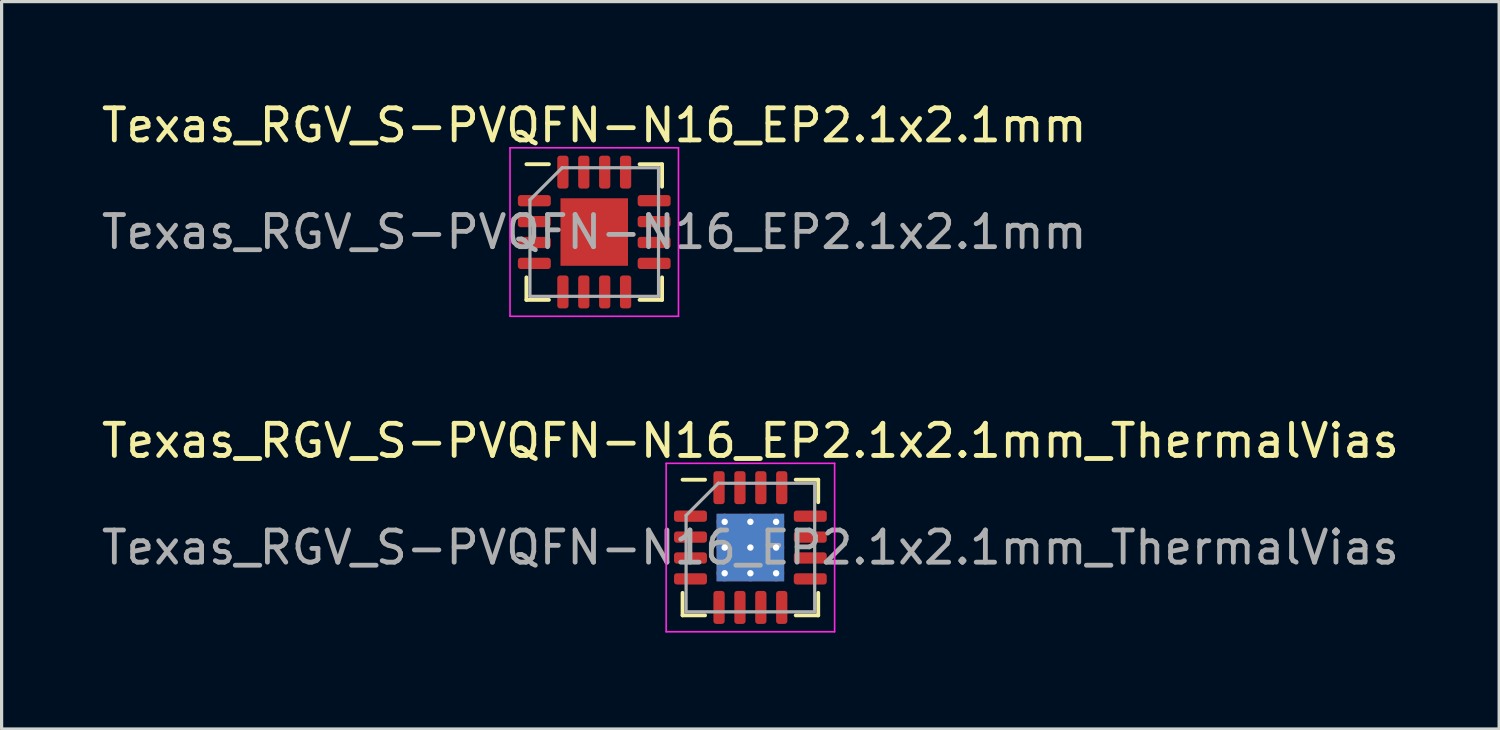
<source format=kicad_pcb>
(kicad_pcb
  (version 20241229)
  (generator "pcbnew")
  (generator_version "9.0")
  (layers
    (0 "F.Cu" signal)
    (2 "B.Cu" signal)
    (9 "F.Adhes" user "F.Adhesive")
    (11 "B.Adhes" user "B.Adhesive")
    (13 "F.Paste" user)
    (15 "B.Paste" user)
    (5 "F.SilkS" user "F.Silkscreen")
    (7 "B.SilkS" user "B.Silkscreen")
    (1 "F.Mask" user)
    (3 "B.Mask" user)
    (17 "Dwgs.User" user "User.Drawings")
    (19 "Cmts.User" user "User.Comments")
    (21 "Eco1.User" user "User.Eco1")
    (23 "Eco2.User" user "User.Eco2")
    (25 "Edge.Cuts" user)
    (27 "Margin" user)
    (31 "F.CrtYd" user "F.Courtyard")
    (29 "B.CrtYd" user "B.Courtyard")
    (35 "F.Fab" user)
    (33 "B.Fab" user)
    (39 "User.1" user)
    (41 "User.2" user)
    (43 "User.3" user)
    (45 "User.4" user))
  (footprint "Texas_RGV_S-PVQFN-N16_EP2.1x2.1mm_ThermalVias"
    (layer "F.Cu")
    (at 20.292 13.982)
    (property "Reference" "Texas_RGV_S-PVQFN-N16_EP2.1x2.1mm_ThermalVias" (at 0 -3.32 0) (layer "F.SilkS") (effects (font (size 1 1) (thickness 0.15))))
    (attr smd)
    (fp_line (start -2.11 2.11) (end -2.11 1.41) (stroke (width 0.12) (type solid)) (layer "F.SilkS"))
    (fp_line (start -1.41 -2.11) (end -2.11 -2.11) (stroke (width 0.12) (type solid)) (layer "F.SilkS"))
    (fp_line (start -1.41 2.11) (end -2.11 2.11) (stroke (width 0.12) (type solid)) (layer "F.SilkS"))
    (fp_line (start 1.41 -2.11) (end 2.11 -2.11) (stroke (width 0.12) (type solid)) (layer "F.SilkS"))
    (fp_line (start 1.41 2.11) (end 2.11 2.11) (stroke (width 0.12) (type solid)) (layer "F.SilkS"))
    (fp_line (start 2.11 -2.11) (end 2.11 -1.41) (stroke (width 0.12) (type solid)) (layer "F.SilkS"))
    (fp_line (start 2.11 2.11) (end 2.11 1.41) (stroke (width 0.12) (type solid)) (layer "F.SilkS"))
    (fp_line (start -2.62 -2.62) (end -2.62 2.62) (stroke (width 0.05) (type solid)) (layer "F.CrtYd"))
    (fp_line (start -2.62 2.62) (end 2.62 2.62) (stroke (width 0.05) (type solid)) (layer "F.CrtYd"))
    (fp_line (start 2.62 -2.62) (end -2.62 -2.62) (stroke (width 0.05) (type solid)) (layer "F.CrtYd"))
    (fp_line (start 2.62 2.62) (end 2.62 -2.62) (stroke (width 0.05) (type solid)) (layer "F.CrtYd"))
    (fp_line (start -2 -1) (end -1 -2) (stroke (width 0.1) (type solid)) (layer "F.Fab"))
    (fp_line (start -2 2) (end -2 -1) (stroke (width 0.1) (type solid)) (layer "F.Fab"))
    (fp_line (start -1 -2) (end 2 -2) (stroke (width 0.1) (type solid)) (layer "F.Fab"))
    (fp_line (start 2 -2) (end 2 2) (stroke (width 0.1) (type solid)) (layer "F.Fab"))
    (fp_line (start 2 2) (end -2 2) (stroke (width 0.1) (type solid)) (layer "F.Fab"))
    (fp_text user "${REFERENCE}" (at 0 0 0) (layer "F.Fab") (effects (font (size 1 1) (thickness 0.15))))
    (pad "" smd roundrect (at -0.525 -0.525) (size 0.91 0.91) (layers "F.Paste") (roundrect_rratio 0.25))
    (pad "" smd roundrect (at -0.525 0.525) (size 0.91 0.91) (layers "F.Paste") (roundrect_rratio 0.25))
    (pad "" smd roundrect (at 0.525 -0.525) (size 0.91 0.91) (layers "F.Paste") (roundrect_rratio 0.25))
    (pad "" smd roundrect (at 0.525 0.525) (size 0.91 0.91) (layers "F.Paste") (roundrect_rratio 0.25))
    (pad "1" smd roundrect (at -1.863 -0.975) (size 1.025 0.35) (layers "F.Cu" "F.Mask" "F.Paste") (roundrect_rratio 0.25))
    (pad "2" smd roundrect (at -1.863 -0.325) (size 1.025 0.35) (layers "F.Cu" "F.Mask" "F.Paste") (roundrect_rratio 0.25))
    (pad "3" smd roundrect (at -1.863 0.325) (size 1.025 0.35) (layers "F.Cu" "F.Mask" "F.Paste") (roundrect_rratio 0.25))
    (pad "4" smd roundrect (at -1.863 0.975) (size 1.025 0.35) (layers "F.Cu" "F.Mask" "F.Paste") (roundrect_rratio 0.25))
    (pad "5" smd roundrect (at -0.975 1.863) (size 0.35 1.025) (layers "F.Cu" "F.Mask" "F.Paste") (roundrect_rratio 0.25))
    (pad "6" smd roundrect (at -0.325 1.863) (size 0.35 1.025) (layers "F.Cu" "F.Mask" "F.Paste") (roundrect_rratio 0.25))
    (pad "7" smd roundrect (at 0.325 1.863) (size 0.35 1.025) (layers "F.Cu" "F.Mask" "F.Paste") (roundrect_rratio 0.25))
    (pad "8" smd roundrect (at 0.975 1.863) (size 0.35 1.025) (layers "F.Cu" "F.Mask" "F.Paste") (roundrect_rratio 0.25))
    (pad "9" smd roundrect (at 1.863 0.975) (size 1.025 0.35) (layers "F.Cu" "F.Mask" "F.Paste") (roundrect_rratio 0.25))
    (pad "10" smd roundrect (at 1.863 0.325) (size 1.025 0.35) (layers "F.Cu" "F.Mask" "F.Paste") (roundrect_rratio 0.25))
    (pad "11" smd roundrect (at 1.863 -0.325) (size 1.025 0.35) (layers "F.Cu" "F.Mask" "F.Paste") (roundrect_rratio 0.25))
    (pad "12" smd roundrect (at 1.863 -0.975) (size 1.025 0.35) (layers "F.Cu" "F.Mask" "F.Paste") (roundrect_rratio 0.25))
    (pad "13" smd roundrect (at 0.975 -1.863) (size 0.35 1.025) (layers "F.Cu" "F.Mask" "F.Paste") (roundrect_rratio 0.25))
    (pad "14" smd roundrect (at 0.325 -1.863) (size 0.35 1.025) (layers "F.Cu" "F.Mask" "F.Paste") (roundrect_rratio 0.25))
    (pad "15" smd roundrect (at -0.325 -1.863) (size 0.35 1.025) (layers "F.Cu" "F.Mask" "F.Paste") (roundrect_rratio 0.25))
    (pad "16" smd roundrect (at -0.975 -1.863) (size 0.35 1.025) (layers "F.Cu" "F.Mask" "F.Paste") (roundrect_rratio 0.25))
    (pad "17" thru_hole circle (at -0.8 -0.8) (size 0.5 0.5) (drill 0.2) (layers "*.Cu"))
    (pad "17" thru_hole circle (at -0.8 0) (size 0.5 0.5) (drill 0.2) (layers "*.Cu"))
    (pad "17" thru_hole circle (at -0.8 0.8) (size 0.5 0.5) (drill 0.2) (layers "*.Cu"))
    (pad "17" thru_hole circle (at 0 -0.8) (size 0.5 0.5) (drill 0.2) (layers "*.Cu"))
    (pad "17" thru_hole circle (at 0 0) (size 0.5 0.5) (drill 0.2) (layers "*.Cu"))
    (pad "17" smd rect (at 0 0) (size 2.1 2.1) (layers "F.Cu" "F.Mask"))
    (pad "17" smd rect (at 0 0) (size 2.1 2.1) (layers "B.Cu"))
    (pad "17" thru_hole circle (at 0 0.8) (size 0.5 0.5) (drill 0.2) (layers "*.Cu"))
    (pad "17" thru_hole circle (at 0.8 -0.8) (size 0.5 0.5) (drill 0.2) (layers "*.Cu"))
    (pad "17" thru_hole circle (at 0.8 0) (size 0.5 0.5) (drill 0.2) (layers "*.Cu"))
    (pad "17" thru_hole circle (at 0.8 0.8) (size 0.5 0.5) (drill 0.2) (layers "*.Cu")))
  (footprint "Texas_RGV_S-PVQFN-N16_EP2.1x2.1mm"
    (layer "F.Cu")
    (at 15.435 4.168)
    (property "Reference" "Texas_RGV_S-PVQFN-N16_EP2.1x2.1mm" (at 0 -3.32 0) (layer "F.SilkS") (effects (font (size 1 1) (thickness 0.15))))
    (attr smd)
    (fp_line (start -2.11 2.11) (end -2.11 1.41) (stroke (width 0.12) (type solid)) (layer "F.SilkS"))
    (fp_line (start -1.41 -2.11) (end -2.11 -2.11) (stroke (width 0.12) (type solid)) (layer "F.SilkS"))
    (fp_line (start -1.41 2.11) (end -2.11 2.11) (stroke (width 0.12) (type solid)) (layer "F.SilkS"))
    (fp_line (start 1.41 -2.11) (end 2.11 -2.11) (stroke (width 0.12) (type solid)) (layer "F.SilkS"))
    (fp_line (start 1.41 2.11) (end 2.11 2.11) (stroke (width 0.12) (type solid)) (layer "F.SilkS"))
    (fp_line (start 2.11 -2.11) (end 2.11 -1.41) (stroke (width 0.12) (type solid)) (layer "F.SilkS"))
    (fp_line (start 2.11 2.11) (end 2.11 1.41) (stroke (width 0.12) (type solid)) (layer "F.SilkS"))
    (fp_line (start -2.62 -2.62) (end -2.62 2.62) (stroke (width 0.05) (type solid)) (layer "F.CrtYd"))
    (fp_line (start -2.62 2.62) (end 2.62 2.62) (stroke (width 0.05) (type solid)) (layer "F.CrtYd"))
    (fp_line (start 2.62 -2.62) (end -2.62 -2.62) (stroke (width 0.05) (type solid)) (layer "F.CrtYd"))
    (fp_line (start 2.62 2.62) (end 2.62 -2.62) (stroke (width 0.05) (type solid)) (layer "F.CrtYd"))
    (fp_line (start -2 -1) (end -1 -2) (stroke (width 0.1) (type solid)) (layer "F.Fab"))
    (fp_line (start -2 2) (end -2 -1) (stroke (width 0.1) (type solid)) (layer "F.Fab"))
    (fp_line (start -1 -2) (end 2 -2) (stroke (width 0.1) (type solid)) (layer "F.Fab"))
    (fp_line (start 2 -2) (end 2 2) (stroke (width 0.1) (type solid)) (layer "F.Fab"))
    (fp_line (start 2 2) (end -2 2) (stroke (width 0.1) (type solid)) (layer "F.Fab"))
    (fp_text user "${REFERENCE}" (at 0 0 0) (layer "F.Fab") (effects (font (size 1 1) (thickness 0.15))))
    (pad "" smd roundrect (at -0.525 -0.525) (size 0.85 0.85) (layers "F.Paste") (roundrect_rratio 0.25))
    (pad "" smd roundrect (at -0.525 0.525) (size 0.85 0.85) (layers "F.Paste") (roundrect_rratio 0.25))
    (pad "" smd roundrect (at 0.525 -0.525) (size 0.85 0.85) (layers "F.Paste") (roundrect_rratio 0.25))
    (pad "" smd roundrect (at 0.525 0.525) (size 0.85 0.85) (layers "F.Paste") (roundrect_rratio 0.25))
    (pad "1" smd roundrect (at -1.863 -0.975) (size 1.025 0.35) (layers "F.Cu" "F.Mask" "F.Paste") (roundrect_rratio 0.25))
    (pad "2" smd roundrect (at -1.863 -0.325) (size 1.025 0.35) (layers "F.Cu" "F.Mask" "F.Paste") (roundrect_rratio 0.25))
    (pad "3" smd roundrect (at -1.863 0.325) (size 1.025 0.35) (layers "F.Cu" "F.Mask" "F.Paste") (roundrect_rratio 0.25))
    (pad "4" smd roundrect (at -1.863 0.975) (size 1.025 0.35) (layers "F.Cu" "F.Mask" "F.Paste") (roundrect_rratio 0.25))
    (pad "5" smd roundrect (at -0.975 1.863) (size 0.35 1.025) (layers "F.Cu" "F.Mask" "F.Paste") (roundrect_rratio 0.25))
    (pad "6" smd roundrect (at -0.325 1.863) (size 0.35 1.025) (layers "F.Cu" "F.Mask" "F.Paste") (roundrect_rratio 0.25))
    (pad "7" smd roundrect (at 0.325 1.863) (size 0.35 1.025) (layers "F.Cu" "F.Mask" "F.Paste") (roundrect_rratio 0.25))
    (pad "8" smd roundrect (at 0.975 1.863) (size 0.35 1.025) (layers "F.Cu" "F.Mask" "F.Paste") (roundrect_rratio 0.25))
    (pad "9" smd roundrect (at 1.863 0.975) (size 1.025 0.35) (layers "F.Cu" "F.Mask" "F.Paste") (roundrect_rratio 0.25))
    (pad "10" smd roundrect (at 1.863 0.325) (size 1.025 0.35) (layers "F.Cu" "F.Mask" "F.Paste") (roundrect_rratio 0.25))
    (pad "11" smd roundrect (at 1.863 -0.325) (size 1.025 0.35) (layers "F.Cu" "F.Mask" "F.Paste") (roundrect_rratio 0.25))
    (pad "12" smd roundrect (at 1.863 -0.975) (size 1.025 0.35) (layers "F.Cu" "F.Mask" "F.Paste") (roundrect_rratio 0.25))
    (pad "13" smd roundrect (at 0.975 -1.863) (size 0.35 1.025) (layers "F.Cu" "F.Mask" "F.Paste") (roundrect_rratio 0.25))
    (pad "14" smd roundrect (at 0.325 -1.863) (size 0.35 1.025) (layers "F.Cu" "F.Mask" "F.Paste") (roundrect_rratio 0.25))
    (pad "15" smd roundrect (at -0.325 -1.863) (size 0.35 1.025) (layers "F.Cu" "F.Mask" "F.Paste") (roundrect_rratio 0.25))
    (pad "16" smd roundrect (at -0.975 -1.863) (size 0.35 1.025) (layers "F.Cu" "F.Mask" "F.Paste") (roundrect_rratio 0.25))
    (pad "17" smd rect (at 0 0) (size 2.1 2.1) (layers "F.Cu" "F.Mask")))
  (gr_rect
    (start -3 -3)
    (end 43.583 19.627)
    (stroke (width 0.1) (type default))
    (fill no)
    (layer "Edge.Cuts")))
</source>
